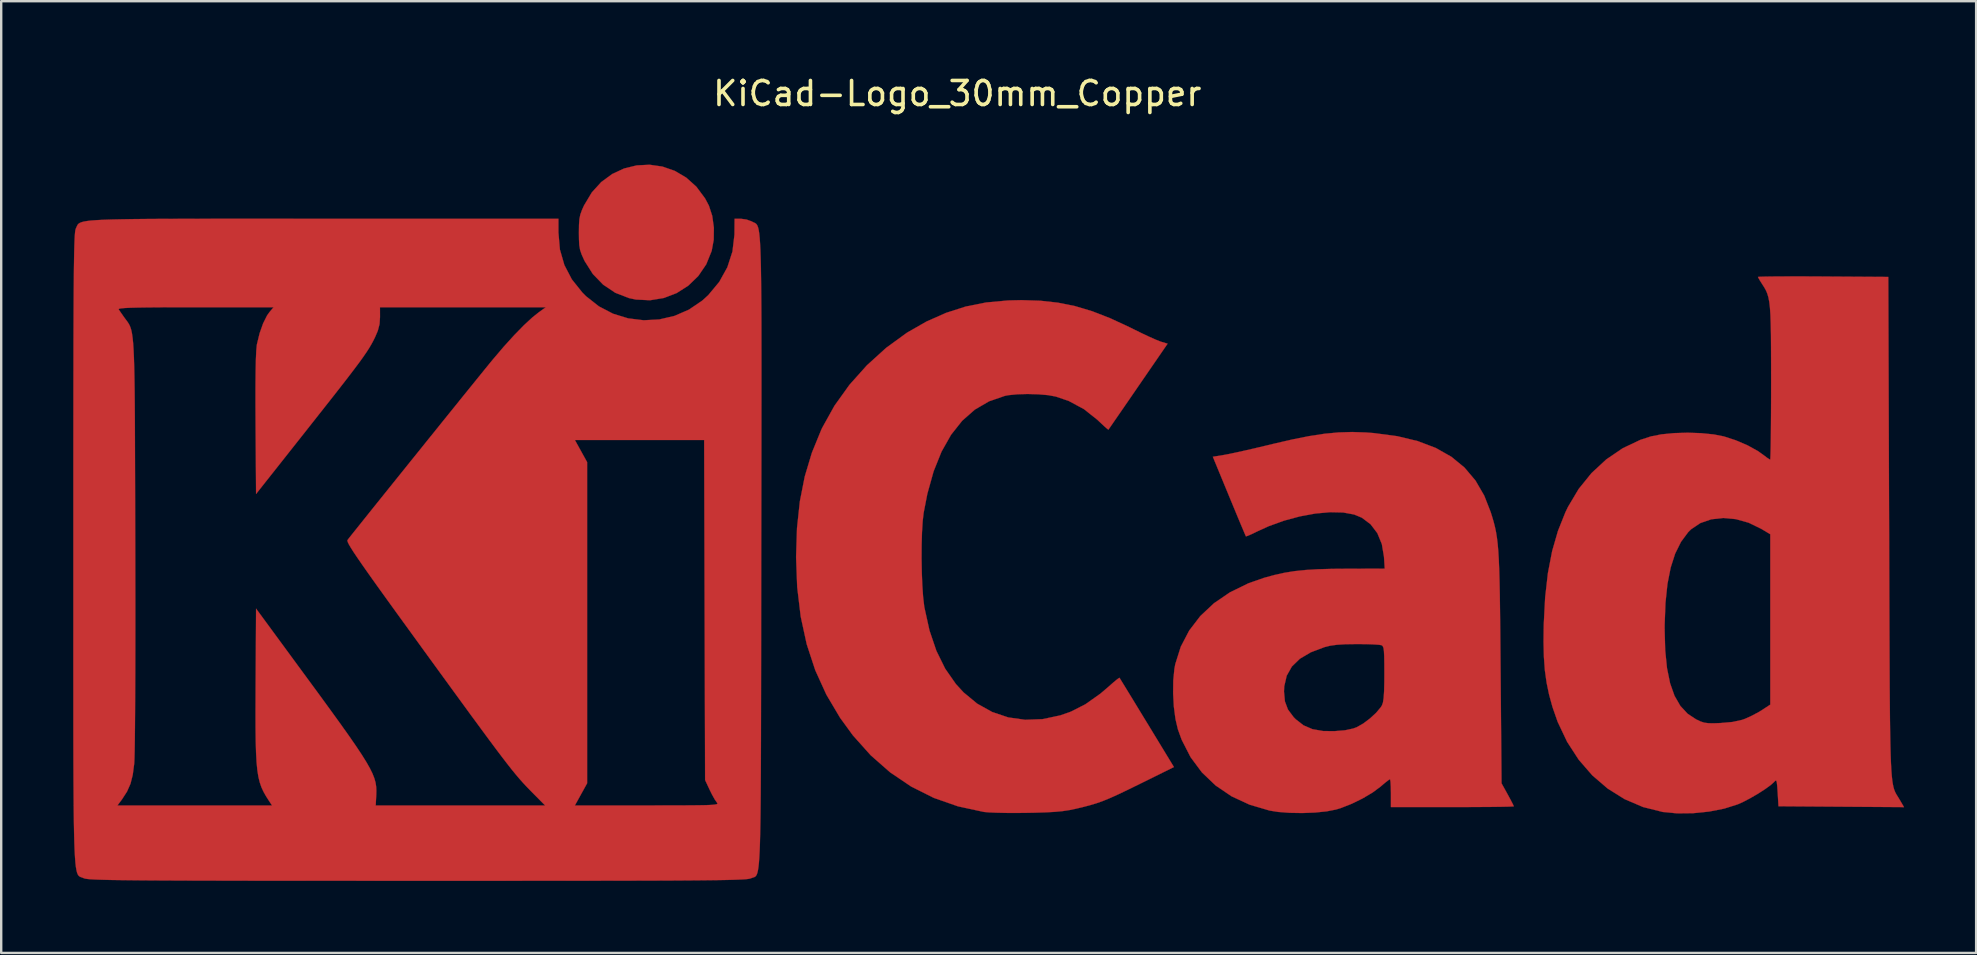
<source format=kicad_pcb>
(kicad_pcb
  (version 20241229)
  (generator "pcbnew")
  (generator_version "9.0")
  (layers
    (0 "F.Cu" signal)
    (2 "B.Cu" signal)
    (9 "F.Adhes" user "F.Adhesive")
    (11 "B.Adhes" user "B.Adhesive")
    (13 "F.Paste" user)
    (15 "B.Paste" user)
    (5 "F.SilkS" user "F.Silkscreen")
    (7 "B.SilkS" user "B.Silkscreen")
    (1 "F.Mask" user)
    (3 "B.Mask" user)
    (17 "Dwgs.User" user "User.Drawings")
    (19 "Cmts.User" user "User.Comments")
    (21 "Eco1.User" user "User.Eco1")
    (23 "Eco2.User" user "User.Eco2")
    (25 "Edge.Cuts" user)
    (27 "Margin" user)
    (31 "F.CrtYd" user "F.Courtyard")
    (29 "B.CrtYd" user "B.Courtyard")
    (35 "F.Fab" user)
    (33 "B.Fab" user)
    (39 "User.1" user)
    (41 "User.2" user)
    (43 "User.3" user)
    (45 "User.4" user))
  (footprint "KiCad-Logo_30mm_Copper"
    (layer "F.Cu")
    (at 38.106 18.628)
    (property "Reference" "KiCad-Logo_30mm_Copper" (at -1.27 -17.78 0) (layer "F.SilkS") (effects (font (size 1 1) (thickness 0.15))))
    (attr board_only exclude_from_pos_files exclude_from_bom allow_missing_courtyard)
    (fp_poly (pts (xy -13.557 -14.738) (xy -13.044 -14.56) (xy -12.567 -14.28) (xy -12.141 -13.898) (xy -11.781 -13.415) (xy -11.619 -13.11) (xy -11.48 -12.683) (xy -11.412 -12.191) (xy -11.419 -11.684) (xy -11.503 -11.226) (xy -11.73 -10.665) (xy -12.061 -10.179) (xy -12.477 -9.777) (xy -12.961 -9.468) (xy -13.499 -9.262) (xy -14.071 -9.168) (xy -14.662 -9.197) (xy -14.953 -9.259) (xy -15.521 -9.48) (xy -16.025 -9.817) (xy -16.454 -10.26) (xy -16.795 -10.798) (xy -16.823 -10.856) (xy -16.923 -11.077) (xy -16.986 -11.263) (xy -17.02 -11.459) (xy -17.033 -11.71) (xy -17.036 -11.983) (xy -17.032 -12.311) (xy -17.015 -12.549) (xy -16.976 -12.741) (xy -16.906 -12.933) (xy -16.82 -13.122) (xy -16.498 -13.66) (xy -16.103 -14.095) (xy -15.648 -14.428) (xy -15.151 -14.659) (xy -14.626 -14.787) (xy -14.09 -14.814) (xy -13.557 -14.738)) (stroke (width 0.01) (type solid)) (fill yes) (layer "F.Cu"))
    (fp_poly (pts (xy 2.188 -9.148) (xy 2.924 -9.067) (xy 3.638 -8.923) (xy 4.357 -8.708) (xy 5.111 -8.414) (xy 5.93 -8.033) (xy 6.078 -7.959) (xy 6.416 -7.793) (xy 6.735 -7.643) (xy 7.003 -7.524) (xy 7.189 -7.45) (xy 7.218 -7.44) (xy 7.492 -7.358) (xy 6.265 -5.574) (xy 5.966 -5.138) (xy 5.691 -4.739) (xy 5.452 -4.392) (xy 5.257 -4.11) (xy 5.116 -3.905) (xy 5.038 -3.793) (xy 5.026 -3.775) (xy 4.974 -3.812) (xy 4.847 -3.924) (xy 4.668 -4.091) (xy 4.569 -4.185) (xy 4.007 -4.631) (xy 3.377 -4.97) (xy 2.834 -5.156) (xy 2.508 -5.215) (xy 2.099 -5.25) (xy 1.657 -5.262) (xy 1.228 -5.25) (xy 0.861 -5.213) (xy 0.715 -5.185) (xy 0.055 -4.958) (xy -0.539 -4.612) (xy -1.068 -4.146) (xy -1.53 -3.563) (xy -1.927 -2.861) (xy -2.256 -2.043) (xy -2.517 -1.108) (xy -2.673 -0.307) (xy -2.713 0.046) (xy -2.741 0.503) (xy -2.756 1.029) (xy -2.759 1.594) (xy -2.749 2.163) (xy -2.728 2.703) (xy -2.695 3.184) (xy -2.65 3.57) (xy -2.641 3.629) (xy -2.429 4.59) (xy -2.141 5.439) (xy -1.775 6.183) (xy -1.328 6.823) (xy -1.011 7.169) (xy -0.441 7.64) (xy 0.184 7.988) (xy 0.853 8.213) (xy 1.557 8.312) (xy 2.284 8.285) (xy 3.023 8.128) (xy 3.461 7.974) (xy 4.066 7.666) (xy 4.69 7.225) (xy 5.04 6.926) (xy 5.236 6.753) (xy 5.39 6.626) (xy 5.478 6.565) (xy 5.489 6.563) (xy 5.528 6.626) (xy 5.629 6.791) (xy 5.784 7.044) (xy 5.985 7.372) (xy 6.221 7.76) (xy 6.485 8.193) (xy 6.633 8.435) (xy 7.756 10.281) (xy 6.353 10.974) (xy 5.846 11.223) (xy 5.435 11.419) (xy 5.095 11.573) (xy 4.802 11.693) (xy 4.529 11.79) (xy 4.252 11.873) (xy 3.946 11.953) (xy 3.653 12.022) (xy 3.392 12.076) (xy 3.12 12.117) (xy 2.808 12.147) (xy 2.429 12.168) (xy 1.957 12.183) (xy 1.639 12.189) (xy 1.185 12.194) (xy 0.749 12.192) (xy 0.361 12.183) (xy 0.049 12.17) (xy -0.157 12.152) (xy -0.169 12.15) (xy -1.242 11.918) (xy -2.249 11.566) (xy -3.19 11.095) (xy -4.066 10.504) (xy -4.875 9.794) (xy -5.617 8.965) (xy -6.154 8.228) (xy -6.726 7.263) (xy -7.189 6.245) (xy -7.544 5.164) (xy -7.794 4.013) (xy -7.941 2.783) (xy -7.987 1.534) (xy -7.949 0.327) (xy -7.83 -0.788) (xy -7.625 -1.828) (xy -7.33 -2.812) (xy -6.943 -3.759) (xy -6.897 -3.857) (xy -6.387 -4.774) (xy -5.761 -5.647) (xy -5.037 -6.457) (xy -4.232 -7.187) (xy -3.364 -7.818) (xy -2.555 -8.281) (xy -1.738 -8.643) (xy -0.919 -8.906) (xy -0.066 -9.076) (xy 0.851 -9.16) (xy 1.4 -9.173) (xy 2.188 -9.148)) (stroke (width 0.01) (type solid)) (fill yes) (layer "F.Cu"))
    (fp_poly (pts (xy 34.027 -10.161) (xy 34.608 -10.159) (xy 34.806 -10.157) (xy 37.52 -10.14) (xy 37.554 0.273) (xy 37.558 1.685) (xy 37.562 2.967) (xy 37.566 4.126) (xy 37.57 5.168) (xy 37.574 6.1) (xy 37.578 6.929) (xy 37.584 7.661) (xy 37.59 8.303) (xy 37.598 8.861) (xy 37.607 9.342) (xy 37.618 9.753) (xy 37.631 10.101) (xy 37.646 10.392) (xy 37.664 10.632) (xy 37.685 10.828) (xy 37.709 10.988) (xy 37.736 11.117) (xy 37.766 11.222) (xy 37.801 11.31) (xy 37.84 11.388) (xy 37.883 11.462) (xy 37.931 11.538) (xy 37.983 11.624) (xy 37.994 11.642) (xy 38.175 11.951) (xy 35.56 11.933) (xy 32.945 11.915) (xy 32.911 11.34) (xy 32.892 11.065) (xy 32.873 10.905) (xy 32.847 10.842) (xy 32.807 10.855) (xy 32.774 10.891) (xy 32.63 11.024) (xy 32.396 11.195) (xy 32.105 11.383) (xy 31.788 11.568) (xy 31.481 11.73) (xy 31.244 11.836) (xy 30.691 12.011) (xy 30.056 12.136) (xy 29.386 12.204) (xy 28.728 12.211) (xy 28.129 12.154) (xy 28.12 12.152) (xy 27.301 11.947) (xy 26.534 11.619) (xy 25.827 11.177) (xy 25.187 10.627) (xy 24.622 9.976) (xy 24.139 9.231) (xy 23.745 8.4) (xy 23.53 7.784) (xy 23.388 7.269) (xy 23.284 6.77) (xy 23.212 6.257) (xy 23.171 5.699) (xy 23.156 5.068) (xy 23.162 4.552) (xy 28.201 4.552) (xy 28.225 5.417) (xy 28.3 6.161) (xy 28.429 6.791) (xy 28.614 7.314) (xy 28.857 7.735) (xy 29.161 8.062) (xy 29.511 8.293) (xy 29.694 8.38) (xy 29.852 8.432) (xy 30.029 8.455) (xy 30.266 8.457) (xy 30.521 8.448) (xy 31.023 8.404) (xy 31.42 8.317) (xy 31.545 8.274) (xy 31.83 8.145) (xy 32.131 7.984) (xy 32.262 7.903) (xy 32.603 7.68) (xy 32.603 0.582) (xy 32.228 0.357) (xy 31.704 0.102) (xy 31.169 -0.048) (xy 30.642 -0.096) (xy 30.143 -0.041) (xy 29.691 0.115) (xy 29.307 0.372) (xy 29.182 0.495) (xy 28.883 0.898) (xy 28.641 1.386) (xy 28.454 1.968) (xy 28.319 2.651) (xy 28.236 3.444) (xy 28.202 4.355) (xy 28.201 4.552) (xy 23.162 4.552) (xy 23.165 4.337) (xy 23.223 3.213) (xy 23.338 2.199) (xy 23.515 1.281) (xy 23.757 0.443) (xy 24.065 -0.329) (xy 24.175 -0.558) (xy 24.619 -1.304) (xy 25.155 -1.967) (xy 25.771 -2.537) (xy 26.454 -3.002) (xy 27.191 -3.352) (xy 27.634 -3.496) (xy 28.068 -3.581) (xy 28.591 -3.632) (xy 29.158 -3.649) (xy 29.725 -3.63) (xy 30.25 -3.577) (xy 30.671 -3.494) (xy 31.172 -3.331) (xy 31.658 -3.122) (xy 32.083 -2.887) (xy 32.309 -2.727) (xy 32.465 -2.609) (xy 32.575 -2.537) (xy 32.599 -2.526) (xy 32.607 -2.592) (xy 32.614 -2.782) (xy 32.621 -3.081) (xy 32.627 -3.476) (xy 32.631 -3.955) (xy 32.635 -4.504) (xy 32.637 -5.108) (xy 32.638 -5.725) (xy 32.637 -6.514) (xy 32.635 -7.179) (xy 32.631 -7.733) (xy 32.622 -8.189) (xy 32.609 -8.559) (xy 32.589 -8.857) (xy 32.562 -9.094) (xy 32.526 -9.283) (xy 32.481 -9.438) (xy 32.426 -9.571) (xy 32.358 -9.695) (xy 32.277 -9.822) (xy 32.267 -9.837) (xy 32.163 -10.002) (xy 32.1 -10.115) (xy 32.091 -10.139) (xy 32.157 -10.146) (xy 32.345 -10.152) (xy 32.641 -10.157) (xy 33.029 -10.16) (xy 33.496 -10.161) (xy 34.027 -10.161)) (stroke (width 0.01) (type solid)) (fill yes) (layer "F.Cu"))
    (fp_poly (pts (xy 15.752 -3.659) (xy 16.091 -3.633) (xy 17.059 -3.505) (xy 17.916 -3.299) (xy 18.666 -3.014) (xy 19.315 -2.647) (xy 19.865 -2.195) (xy 20.321 -1.655) (xy 20.687 -1.024) (xy 20.954 -0.341) (xy 21.022 -0.124) (xy 21.081 0.08) (xy 21.132 0.281) (xy 21.176 0.49) (xy 21.213 0.719) (xy 21.244 0.977) (xy 21.27 1.277) (xy 21.291 1.628) (xy 21.308 2.042) (xy 21.322 2.531) (xy 21.334 3.104) (xy 21.343 3.774) (xy 21.352 4.55) (xy 21.36 5.444) (xy 21.366 6.145) (xy 21.406 10.959) (xy 21.662 11.422) (xy 21.783 11.645) (xy 21.873 11.819) (xy 21.916 11.911) (xy 21.918 11.917) (xy 21.852 11.924) (xy 21.665 11.931) (xy 21.37 11.937) (xy 20.985 11.942) (xy 20.522 11.945) (xy 19.997 11.948) (xy 19.425 11.949) (xy 19.357 11.949) (xy 16.797 11.949) (xy 16.797 11.369) (xy 16.792 11.106) (xy 16.781 10.906) (xy 16.764 10.798) (xy 16.757 10.788) (xy 16.689 10.83) (xy 16.549 10.939) (xy 16.368 11.093) (xy 16.364 11.097) (xy 16.033 11.343) (xy 15.615 11.59) (xy 15.158 11.814) (xy 14.708 11.991) (xy 14.509 12.051) (xy 14.115 12.128) (xy 13.631 12.177) (xy 13.102 12.197) (xy 12.572 12.188) (xy 12.085 12.15) (xy 11.744 12.095) (xy 10.909 11.849) (xy 10.157 11.5) (xy 9.493 11.05) (xy 8.922 10.505) (xy 8.449 9.868) (xy 8.079 9.145) (xy 7.92 8.706) (xy 7.82 8.279) (xy 7.753 7.767) (xy 7.723 7.216) (xy 7.724 7.136) (xy 12.342 7.136) (xy 12.38 7.545) (xy 12.507 7.885) (xy 12.743 8.201) (xy 12.834 8.293) (xy 13.155 8.543) (xy 13.527 8.703) (xy 13.973 8.781) (xy 14.442 8.786) (xy 14.887 8.749) (xy 15.228 8.675) (xy 15.376 8.62) (xy 15.642 8.469) (xy 15.925 8.256) (xy 16.183 8.018) (xy 16.375 7.789) (xy 16.426 7.705) (xy 16.466 7.588) (xy 16.494 7.401) (xy 16.513 7.126) (xy 16.522 6.747) (xy 16.524 6.385) (xy 16.522 5.964) (xy 16.517 5.659) (xy 16.506 5.452) (xy 16.487 5.321) (xy 16.458 5.247) (xy 16.417 5.21) (xy 16.404 5.204) (xy 16.294 5.186) (xy 16.077 5.171) (xy 15.781 5.161) (xy 15.438 5.157) (xy 15.363 5.157) (xy 14.903 5.164) (xy 14.549 5.186) (xy 14.266 5.225) (xy 14.034 5.283) (xy 13.456 5.501) (xy 13.002 5.77) (xy 12.67 6.093) (xy 12.455 6.475) (xy 12.352 6.92) (xy 12.342 7.136) (xy 7.724 7.136) (xy 7.729 6.675) (xy 7.776 6.189) (xy 7.812 5.993) (xy 8.042 5.265) (xy 8.392 4.595) (xy 8.855 3.99) (xy 9.424 3.456) (xy 10.094 2.999) (xy 10.857 2.626) (xy 11.505 2.399) (xy 11.939 2.28) (xy 12.353 2.188) (xy 12.776 2.119) (xy 13.233 2.071) (xy 13.752 2.04) (xy 14.36 2.023) (xy 14.91 2.019) (xy 16.539 2.014) (xy 16.508 1.524) (xy 16.419 0.993) (xy 16.231 0.536) (xy 15.95 0.166) (xy 15.586 -0.108) (xy 15.265 -0.241) (xy 14.806 -0.325) (xy 14.258 -0.337) (xy 13.65 -0.282) (xy 13.004 -0.163) (xy 12.348 0.014) (xy 11.708 0.245) (xy 11.242 0.457) (xy 11.018 0.566) (xy 10.847 0.641) (xy 10.76 0.671) (xy 10.756 0.67) (xy 10.726 0.604) (xy 10.651 0.428) (xy 10.538 0.16) (xy 10.394 -0.185) (xy 10.227 -0.588) (xy 10.057 -0.999) (xy 9.377 -2.647) (xy 9.861 -2.726) (xy 10.07 -2.766) (xy 10.385 -2.833) (xy 10.779 -2.921) (xy 11.224 -3.024) (xy 11.694 -3.135) (xy 11.881 -3.181) (xy 12.69 -3.368) (xy 13.398 -3.509) (xy 14.032 -3.606) (xy 14.618 -3.661) (xy 15.183 -3.678) (xy 15.752 -3.659)) (stroke (width 0.01) (type solid)) (fill yes) (layer "F.Cu"))
    (fp_poly (pts (xy -29.619 -12.564) (xy -28.303 -12.563) (xy -27.691 -12.563) (xy -17.889 -12.563) (xy -17.889 -11.986) (xy -17.828 -11.283) (xy -17.641 -10.634) (xy -17.329 -10.036) (xy -16.889 -9.486) (xy -16.74 -9.337) (xy -16.205 -8.915) (xy -15.614 -8.607) (xy -14.986 -8.414) (xy -14.338 -8.334) (xy -13.688 -8.368) (xy -13.053 -8.516) (xy -12.451 -8.777) (xy -11.899 -9.152) (xy -11.651 -9.377) (xy -11.189 -9.932) (xy -10.851 -10.541) (xy -10.638 -11.198) (xy -10.555 -11.897) (xy -10.554 -11.966) (xy -10.549 -12.563) (xy -10.287 -12.563) (xy -10.054 -12.532) (xy -9.841 -12.455) (xy -9.827 -12.447) (xy -9.779 -12.422) (xy -9.735 -12.403) (xy -9.694 -12.383) (xy -9.658 -12.358) (xy -9.624 -12.321) (xy -9.594 -12.267) (xy -9.567 -12.19) (xy -9.543 -12.085) (xy -9.522 -11.946) (xy -9.504 -11.767) (xy -9.488 -11.543) (xy -9.474 -11.267) (xy -9.463 -10.935) (xy -9.453 -10.541) (xy -9.446 -10.078) (xy -9.44 -9.542) (xy -9.435 -8.927) (xy -9.432 -8.226) (xy -9.431 -7.435) (xy -9.43 -6.548) (xy -9.43 -5.558) (xy -9.431 -4.461) (xy -9.432 -3.251) (xy -9.434 -1.922) (xy -9.436 -0.468) (xy -9.439 1.116) (xy -9.439 1.309) (xy -9.441 2.903) (xy -9.443 4.366) (xy -9.444 5.704) (xy -9.446 6.923) (xy -9.448 8.027) (xy -9.45 9.023) (xy -9.453 9.917) (xy -9.457 10.714) (xy -9.461 11.419) (xy -9.467 12.038) (xy -9.474 12.578) (xy -9.483 13.043) (xy -9.493 13.44) (xy -9.505 13.773) (xy -9.52 14.049) (xy -9.536 14.273) (xy -9.555 14.451) (xy -9.577 14.589) (xy -9.601 14.692) (xy -9.628 14.766) (xy -9.659 14.816) (xy -9.692 14.849) (xy -9.73 14.869) (xy -9.771 14.883) (xy -9.815 14.896) (xy -9.864 14.914) (xy -9.876 14.919) (xy -9.914 14.931) (xy -9.976 14.942) (xy -10.07 14.953) (xy -10.2 14.962) (xy -10.371 14.97) (xy -10.59 14.978) (xy -10.861 14.985) (xy -11.19 14.991) (xy -11.584 14.996) (xy -12.046 15.001) (xy -12.582 15.005) (xy -13.199 15.009) (xy -13.902 15.012) (xy -14.695 15.014) (xy -15.585 15.016) (xy -16.577 15.017) (xy -17.676 15.019) (xy -18.889 15.019) (xy -20.22 15.02) (xy -21.674 15.02) (xy -23.258 15.02) (xy -23.772 15.02) (xy -25.391 15.02) (xy -26.879 15.019) (xy -28.242 15.019) (xy -29.485 15.018) (xy -30.613 15.017) (xy -31.633 15.015) (xy -32.549 15.013) (xy -33.368 15.011) (xy -34.094 15.008) (xy -34.734 15.005) (xy -35.293 15.001) (xy -35.776 14.996) (xy -36.189 14.991) (xy -36.538 14.986) (xy -36.828 14.979) (xy -37.064 14.972) (xy -37.253 14.964) (xy -37.399 14.955) (xy -37.508 14.945) (xy -37.587 14.934) (xy -37.64 14.922) (xy -37.668 14.911) (xy -37.72 14.89) (xy -37.766 14.874) (xy -37.809 14.858) (xy -37.849 14.836) (xy -37.884 14.804) (xy -37.916 14.754) (xy -37.945 14.682) (xy -37.97 14.581) (xy -37.993 14.447) (xy -38.013 14.273) (xy -38.03 14.054) (xy -38.045 13.784) (xy -38.058 13.458) (xy -38.068 13.069) (xy -38.077 12.613) (xy -38.084 12.084) (xy -38.086 11.881) (xy -36.263 11.881) (xy -29.822 11.881) (xy -29.946 11.693) (xy -30.07 11.5) (xy -30.174 11.316) (xy -30.261 11.129) (xy -30.332 10.925) (xy -30.389 10.692) (xy -30.433 10.416) (xy -30.465 10.086) (xy -30.487 9.687) (xy -30.501 9.208) (xy -30.508 8.635) (xy -30.509 7.955) (xy -30.506 7.156) (xy -30.505 6.86) (xy -30.487 3.68) (xy -28.473 6.423) (xy -27.902 7.2) (xy -27.408 7.878) (xy -26.984 8.464) (xy -26.626 8.967) (xy -26.329 9.397) (xy -26.086 9.762) (xy -25.893 10.071) (xy -25.744 10.334) (xy -25.633 10.559) (xy -25.557 10.755) (xy -25.508 10.931) (xy -25.483 11.097) (xy -25.475 11.261) (xy -25.479 11.432) (xy -25.48 11.453) (xy -25.502 11.881) (xy -21.973 11.881) (xy -18.444 11.881) (xy -18.969 11.351) (xy -19.111 11.206) (xy -19.246 11.066) (xy -19.38 10.921) (xy -19.519 10.764) (xy -19.667 10.589) (xy -19.833 10.386) (xy -20.02 10.148) (xy -20.236 9.867) (xy -20.486 9.536) (xy -20.776 9.147) (xy -21.112 8.691) (xy -21.501 8.162) (xy -21.947 7.551) (xy -22.457 6.851) (xy -23.037 6.054) (xy -23.512 5.4) (xy -24.108 4.578) (xy -24.629 3.86) (xy -25.078 3.238) (xy -25.46 2.706) (xy -25.78 2.256) (xy -26.043 1.882) (xy -26.253 1.578) (xy -26.416 1.336) (xy -26.535 1.149) (xy -26.616 1.011) (xy -26.663 0.915) (xy -26.682 0.854) (xy -26.676 0.822) (xy -26.61 0.736) (xy -26.466 0.555) (xy -26.254 0.29) (xy -25.982 -0.05) (xy -25.66 -0.453) (xy -25.294 -0.908) (xy -24.895 -1.405) (xy -24.47 -1.933) (xy -24.029 -2.482) (xy -23.58 -3.039) (xy -23.334 -3.346) (xy -17.204 -3.346) (xy -16.949 -2.885) (xy -16.694 -2.424) (xy -16.694 10.959) (xy -16.949 11.42) (xy -17.204 11.881) (xy -14.19 11.881) (xy -13.471 11.88) (xy -12.877 11.879) (xy -12.396 11.877) (xy -12.018 11.873) (xy -11.731 11.868) (xy -11.524 11.859) (xy -11.385 11.847) (xy -11.304 11.832) (xy -11.267 11.812) (xy -11.265 11.788) (xy -11.286 11.76) (xy -11.286 11.759) (xy -11.373 11.635) (xy -11.487 11.432) (xy -11.587 11.23) (xy -11.778 10.822) (xy -11.798 3.738) (xy -11.817 -3.346) (xy -17.204 -3.346) (xy -23.334 -3.346) (xy -23.132 -3.595) (xy -22.694 -4.14) (xy -22.273 -4.661) (xy -21.88 -5.149) (xy -21.521 -5.592) (xy -21.207 -5.98) (xy -20.946 -6.302) (xy -20.746 -6.548) (xy -20.628 -6.691) (xy -20.172 -7.227) (xy -19.734 -7.71) (xy -19.328 -8.126) (xy -18.97 -8.457) (xy -18.715 -8.66) (xy -18.415 -8.876) (xy -25.325 -8.876) (xy -25.323 -8.471) (xy -25.342 -8.173) (xy -25.415 -7.896) (xy -25.527 -7.634) (xy -25.6 -7.486) (xy -25.679 -7.34) (xy -25.77 -7.185) (xy -25.881 -7.012) (xy -26.019 -6.811) (xy -26.191 -6.572) (xy -26.405 -6.286) (xy -26.667 -5.943) (xy -26.985 -5.533) (xy -27.366 -5.047) (xy -27.817 -4.475) (xy -28.345 -3.806) (xy -28.404 -3.731) (xy -30.487 -1.097) (xy -30.507 -4.014) (xy -30.511 -4.887) (xy -30.51 -5.627) (xy -30.504 -6.235) (xy -30.494 -6.714) (xy -30.478 -7.066) (xy -30.457 -7.294) (xy -30.45 -7.337) (xy -30.339 -7.792) (xy -30.194 -8.203) (xy -30.029 -8.533) (xy -29.929 -8.673) (xy -29.758 -8.876) (xy -33.011 -8.876) (xy -33.787 -8.876) (xy -34.436 -8.874) (xy -34.968 -8.87) (xy -35.391 -8.864) (xy -35.715 -8.856) (xy -35.95 -8.845) (xy -36.106 -8.831) (xy -36.191 -8.815) (xy -36.215 -8.795) (xy -36.213 -8.791) (xy -36.144 -8.687) (xy -36.029 -8.522) (xy -35.969 -8.438) (xy -35.908 -8.355) (xy -35.852 -8.281) (xy -35.803 -8.208) (xy -35.759 -8.129) (xy -35.72 -8.037) (xy -35.686 -7.924) (xy -35.657 -7.784) (xy -35.632 -7.608) (xy -35.61 -7.39) (xy -35.592 -7.122) (xy -35.577 -6.797) (xy -35.565 -6.408) (xy -35.555 -5.947) (xy -35.547 -5.406) (xy -35.541 -4.779) (xy -35.536 -4.058) (xy -35.533 -3.236) (xy -35.53 -2.306) (xy -35.527 -1.26) (xy -35.524 -0.091) (xy -35.521 0.983) (xy -35.519 2.181) (xy -35.517 3.323) (xy -35.517 4.404) (xy -35.518 5.414) (xy -35.52 6.348) (xy -35.524 7.198) (xy -35.528 7.956) (xy -35.533 8.615) (xy -35.539 9.169) (xy -35.546 9.609) (xy -35.554 9.928) (xy -35.563 10.12) (xy -35.564 10.14) (xy -35.625 10.604) (xy -35.719 10.977) (xy -35.863 11.302) (xy -36.071 11.624) (xy -36.097 11.659) (xy -36.263 11.881) (xy -38.086 11.881) (xy -38.089 11.475) (xy -38.094 10.782) (xy -38.097 9.999) (xy -38.099 9.119) (xy -38.1 8.138) (xy -38.1 7.05) (xy -38.101 5.848) (xy -38.1 4.529) (xy -38.1 3.085) (xy -38.1 1.511) (xy -38.1 1.198) (xy -38.1 -0.392) (xy -38.1 -1.852) (xy -38.099 -3.186) (xy -38.098 -4.4) (xy -38.097 -5.5) (xy -38.095 -6.492) (xy -38.094 -7.381) (xy -38.091 -8.172) (xy -38.088 -8.872) (xy -38.085 -9.486) (xy -38.08 -10.019) (xy -38.076 -10.477) (xy -38.07 -10.866) (xy -38.064 -11.191) (xy -38.057 -11.458) (xy -38.049 -11.673) (xy -38.041 -11.841) (xy -38.031 -11.967) (xy -38.021 -12.058) (xy -38.009 -12.119) (xy -37.997 -12.155) (xy -37.996 -12.156) (xy -37.971 -12.211) (xy -37.949 -12.262) (xy -37.926 -12.307) (xy -37.893 -12.347) (xy -37.845 -12.383) (xy -37.775 -12.415) (xy -37.677 -12.443) (xy -37.543 -12.467) (xy -37.368 -12.488) (xy -37.144 -12.505) (xy -36.866 -12.52) (xy -36.526 -12.532) (xy -36.118 -12.541) (xy -35.635 -12.549) (xy -35.072 -12.555) (xy -34.421 -12.559) (xy -33.675 -12.561) (xy -32.829 -12.563) (xy -31.875 -12.564) (xy -30.807 -12.564) (xy -29.619 -12.564)) (stroke (width 0.01) (type solid)) (fill yes) (layer "F.Cu")))
  (gr_rect
    (start -3 -3)
    (end 79.286 36.653)
    (stroke (width 0.1) (type default))
    (fill no)
    (layer "Edge.Cuts")))
</source>
